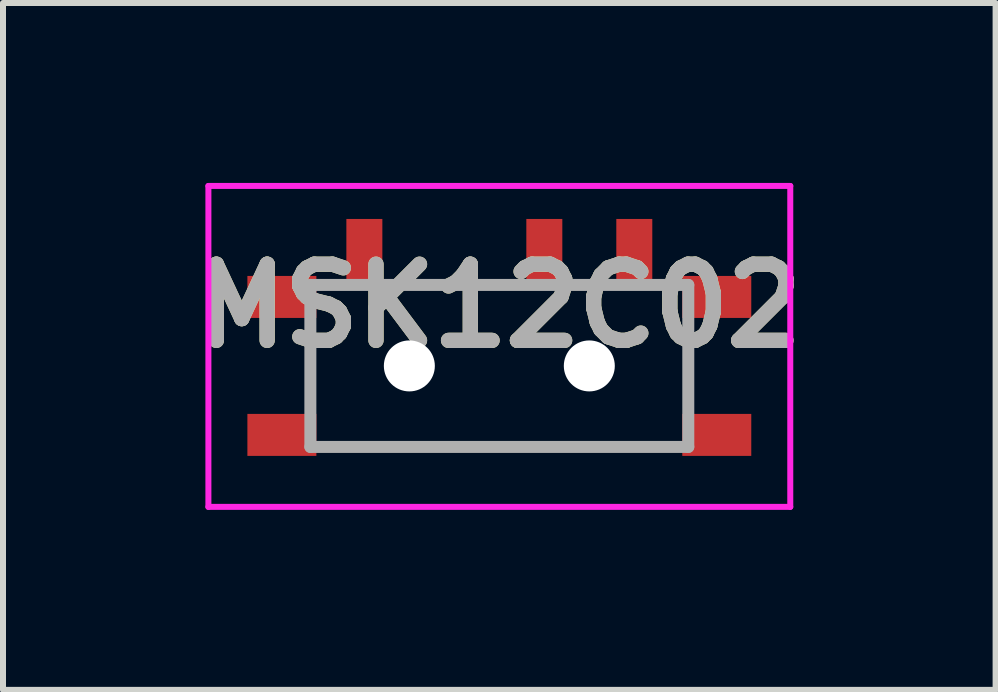
<source format=kicad_pcb>
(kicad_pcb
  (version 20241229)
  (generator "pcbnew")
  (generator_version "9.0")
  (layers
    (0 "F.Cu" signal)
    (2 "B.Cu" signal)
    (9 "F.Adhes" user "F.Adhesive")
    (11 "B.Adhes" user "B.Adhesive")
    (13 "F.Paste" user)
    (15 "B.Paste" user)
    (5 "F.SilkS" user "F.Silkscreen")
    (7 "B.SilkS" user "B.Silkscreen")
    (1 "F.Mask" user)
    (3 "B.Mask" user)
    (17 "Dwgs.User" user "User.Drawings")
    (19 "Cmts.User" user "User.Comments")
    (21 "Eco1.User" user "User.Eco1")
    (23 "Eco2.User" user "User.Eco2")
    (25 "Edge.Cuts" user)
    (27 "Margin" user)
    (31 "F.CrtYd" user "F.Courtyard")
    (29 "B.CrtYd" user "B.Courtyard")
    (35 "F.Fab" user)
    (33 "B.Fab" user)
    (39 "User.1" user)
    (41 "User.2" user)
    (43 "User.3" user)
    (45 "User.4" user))
  (footprint "MSK12C02"
    (layer "F.Cu")
    (at 5.274 3.05)
    (property "Reference" "MSK12C02" (at 0 -1 0) (layer "F.SilkS") (effects (font (size 1.27 1.27) (thickness 0.254))))
    (attr through_hole)
    (fp_line (start -3.15 -0.25) (end -3.15 -0.25) (stroke (width 0.1) (type solid)) (layer "F.SilkS"))
    (fp_line (start -3.15 -0.25) (end -3.15 0.25) (stroke (width 0.1) (type solid)) (layer "F.SilkS"))
    (fp_line (start -3.15 0.25) (end -3.15 -0.25) (stroke (width 0.1) (type solid)) (layer "F.SilkS"))
    (fp_line (start -3.15 0.25) (end -3.15 0.25) (stroke (width 0.1) (type solid)) (layer "F.SilkS"))
    (fp_line (start -2.5 1.35) (end -2.5 1.35) (stroke (width 0.1) (type solid)) (layer "F.SilkS"))
    (fp_line (start -2.5 1.35) (end 2.5 1.35) (stroke (width 0.1) (type solid)) (layer "F.SilkS"))
    (fp_line (start -1.25 -1.35) (end -1.25 -1.35) (stroke (width 0.1) (type solid)) (layer "F.SilkS"))
    (fp_line (start -1.25 -1.35) (end -0.25 -1.35) (stroke (width 0.1) (type solid)) (layer "F.SilkS"))
    (fp_line (start -0.25 -1.35) (end -1.25 -1.35) (stroke (width 0.1) (type solid)) (layer "F.SilkS"))
    (fp_line (start -0.25 -1.35) (end -0.25 -1.35) (stroke (width 0.1) (type solid)) (layer "F.SilkS"))
    (fp_line (start 2.5 1.35) (end -2.5 1.35) (stroke (width 0.1) (type solid)) (layer "F.SilkS"))
    (fp_line (start 2.5 1.35) (end 2.5 1.35) (stroke (width 0.1) (type solid)) (layer "F.SilkS"))
    (fp_line (start 3.15 -0.25) (end 3.15 -0.25) (stroke (width 0.1) (type solid)) (layer "F.SilkS"))
    (fp_line (start 3.15 -0.25) (end 3.15 0.25) (stroke (width 0.1) (type solid)) (layer "F.SilkS"))
    (fp_line (start 3.15 0.25) (end 3.15 -0.25) (stroke (width 0.1) (type solid)) (layer "F.SilkS"))
    (fp_line (start 3.15 0.25) (end 3.15 0.25) (stroke (width 0.1) (type solid)) (layer "F.SilkS"))
    (fp_line (start -4.85 -3) (end 4.85 -3) (stroke (width 0.1) (type solid)) (layer "F.CrtYd"))
    (fp_line (start -4.85 2.35) (end -4.85 -3) (stroke (width 0.1) (type solid)) (layer "F.CrtYd"))
    (fp_line (start 4.85 -3) (end 4.85 2.35) (stroke (width 0.1) (type solid)) (layer "F.CrtYd"))
    (fp_line (start 4.85 2.35) (end -4.85 2.35) (stroke (width 0.1) (type solid)) (layer "F.CrtYd"))
    (fp_line (start -3.15 -1.35) (end -3.15 1.35) (stroke (width 0.2) (type solid)) (layer "F.Fab"))
    (fp_line (start -3.15 1.35) (end 3.15 1.35) (stroke (width 0.2) (type solid)) (layer "F.Fab"))
    (fp_line (start 3.15 -1.35) (end -3.15 -1.35) (stroke (width 0.2) (type solid)) (layer "F.Fab"))
    (fp_line (start 3.15 1.35) (end 3.15 -1.35) (stroke (width 0.2) (type solid)) (layer "F.Fab"))
    (fp_text user "${REFERENCE}" (at 0 -1 0) (layer "F.Fab") (effects (font (size 1.27 1.27) (thickness 0.254))))
    (pad "" np_thru_hole circle (at -1.5 0) (size 0.85 0.85) (drill 0.85) (layers "*.Cu" "*.Mask"))
    (pad "" np_thru_hole circle (at 1.5 0) (size 0.85 0.85) (drill 0.85) (layers "*.Cu" "*.Mask"))
    (pad "1" smd rect (at -2.25 -1.9) (size 0.6 1.1) (layers "F.Cu" "F.Mask" "F.Paste"))
    (pad "2" smd rect (at 0.75 -1.9) (size 0.6 1.1) (layers "F.Cu" "F.Mask" "F.Paste"))
    (pad "3" smd rect (at 2.25 -1.9) (size 0.6 1.1) (layers "F.Cu" "F.Mask" "F.Paste"))
    (pad "4" smd rect (at -3.625 -1.15 90) (size 0.7 1.15) (layers "F.Cu" "F.Mask" "F.Paste"))
    (pad "4" smd rect (at -3.625 1.15 90) (size 0.7 1.15) (layers "F.Cu" "F.Mask" "F.Paste"))
    (pad "4" smd rect (at 3.625 -1.15 90) (size 0.7 1.15) (layers "F.Cu" "F.Mask" "F.Paste"))
    (pad "4" smd rect (at 3.625 1.15 90) (size 0.7 1.15) (layers "F.Cu" "F.Mask" "F.Paste")))
  (gr_rect
    (start -3 -3)
    (end 13.547 8.45)
    (stroke (width 0.1) (type default))
    (fill no)
    (layer "Edge.Cuts")))
</source>
